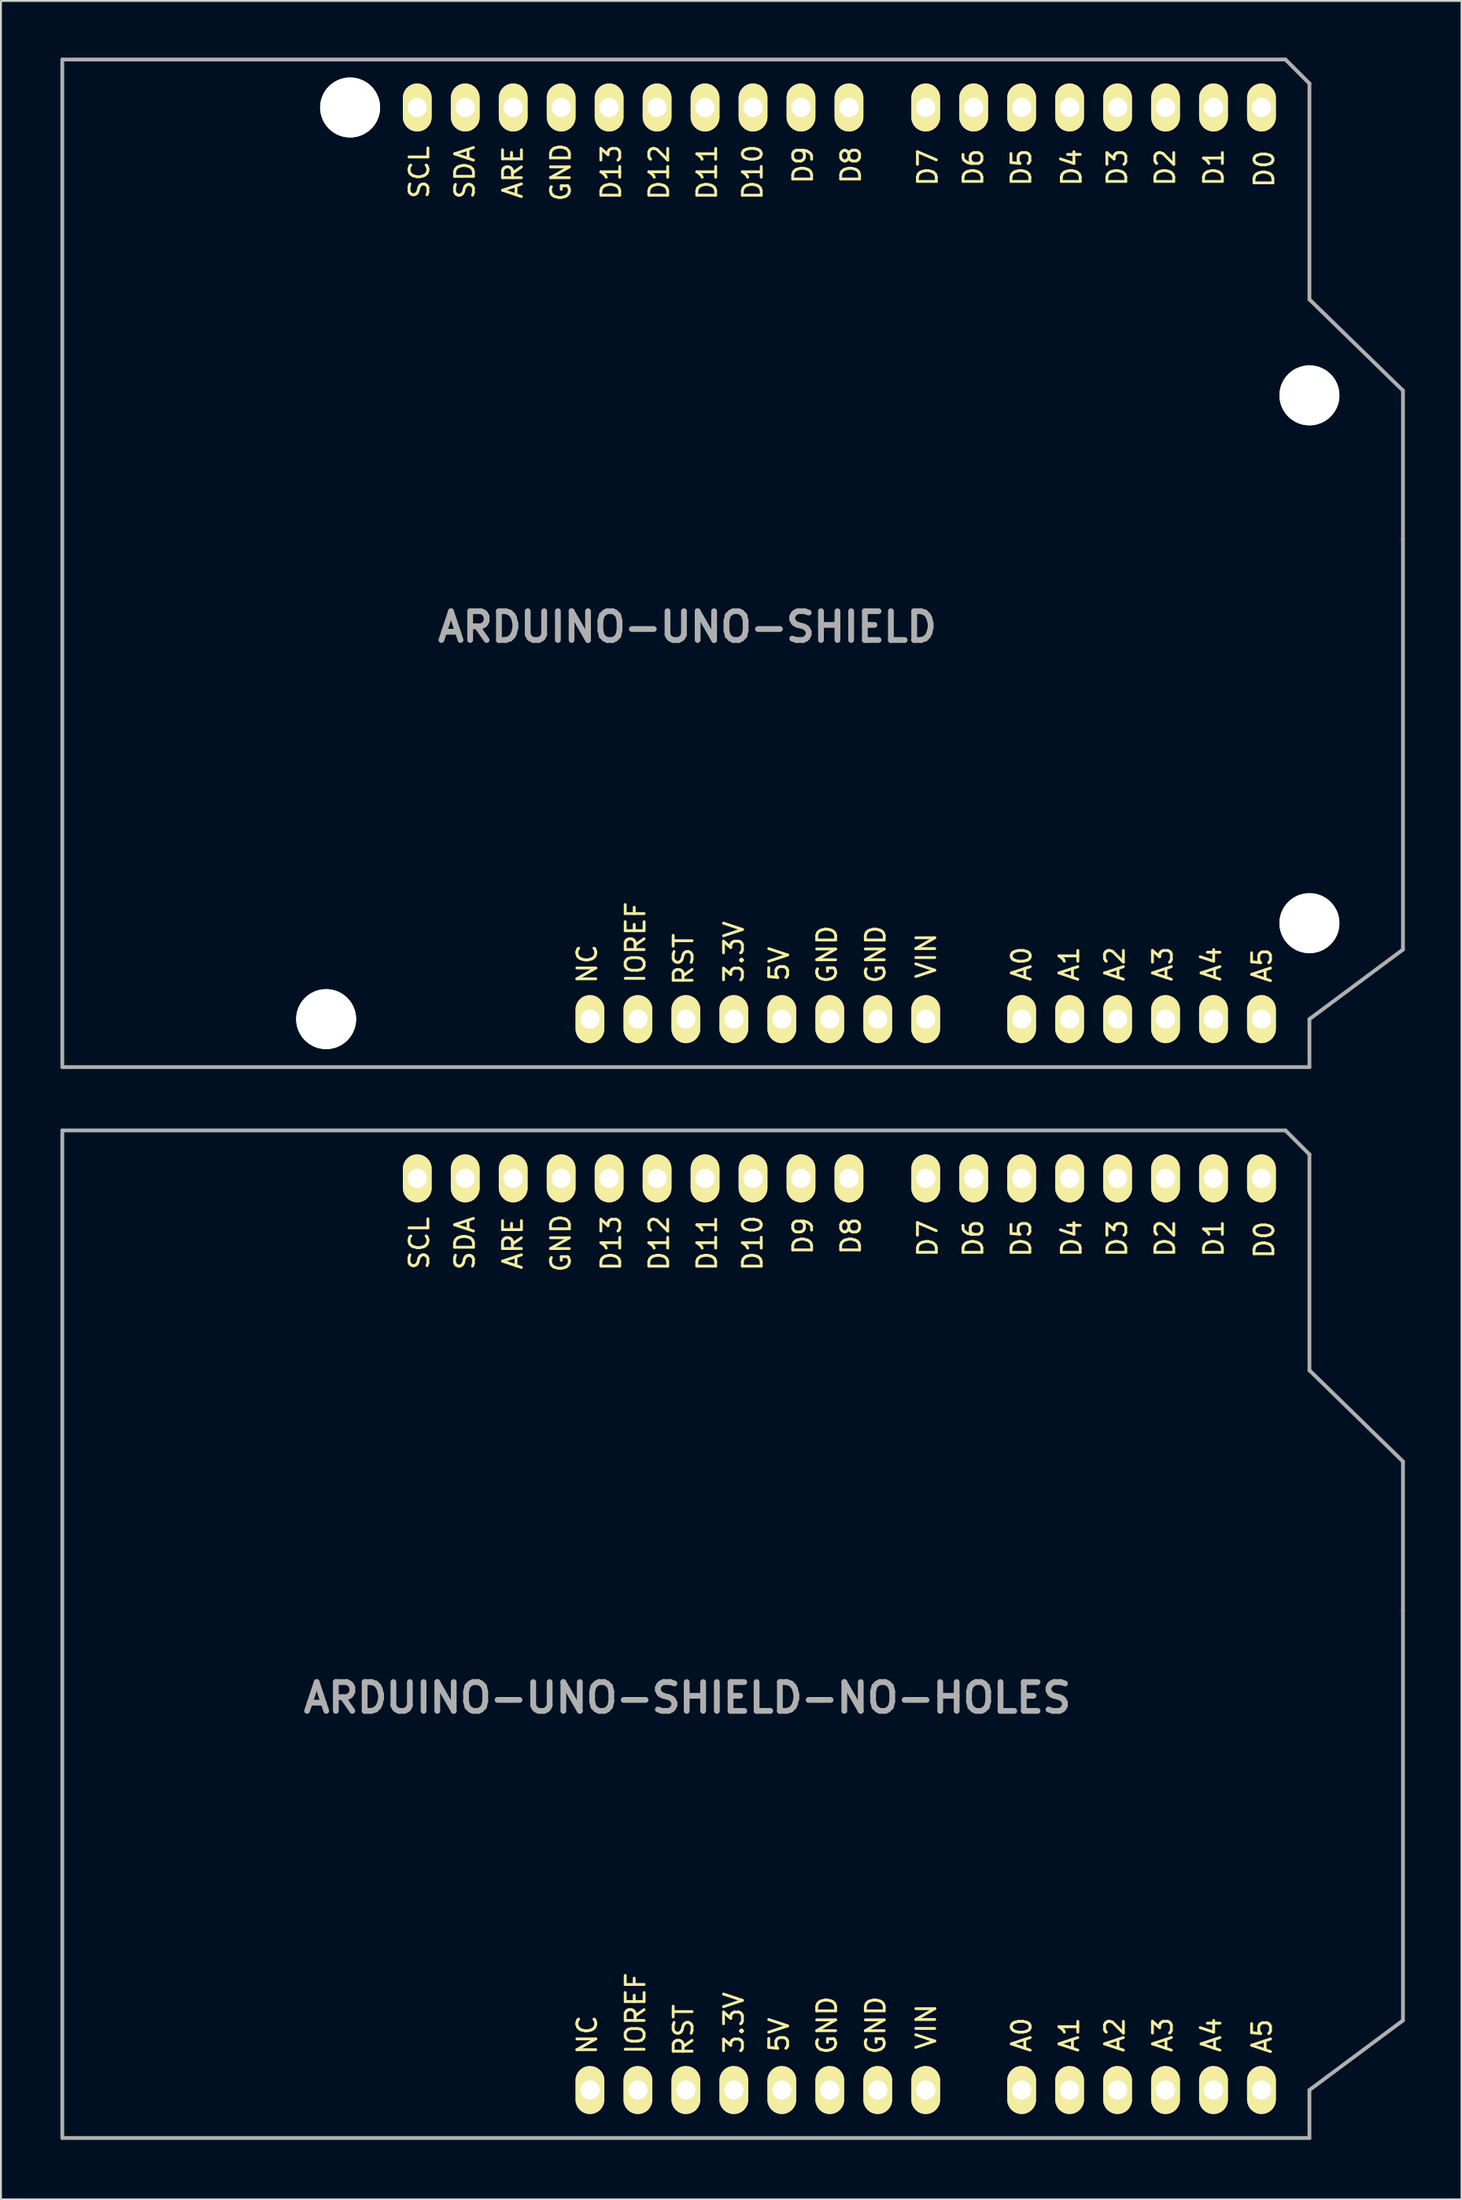
<source format=kicad_pcb>
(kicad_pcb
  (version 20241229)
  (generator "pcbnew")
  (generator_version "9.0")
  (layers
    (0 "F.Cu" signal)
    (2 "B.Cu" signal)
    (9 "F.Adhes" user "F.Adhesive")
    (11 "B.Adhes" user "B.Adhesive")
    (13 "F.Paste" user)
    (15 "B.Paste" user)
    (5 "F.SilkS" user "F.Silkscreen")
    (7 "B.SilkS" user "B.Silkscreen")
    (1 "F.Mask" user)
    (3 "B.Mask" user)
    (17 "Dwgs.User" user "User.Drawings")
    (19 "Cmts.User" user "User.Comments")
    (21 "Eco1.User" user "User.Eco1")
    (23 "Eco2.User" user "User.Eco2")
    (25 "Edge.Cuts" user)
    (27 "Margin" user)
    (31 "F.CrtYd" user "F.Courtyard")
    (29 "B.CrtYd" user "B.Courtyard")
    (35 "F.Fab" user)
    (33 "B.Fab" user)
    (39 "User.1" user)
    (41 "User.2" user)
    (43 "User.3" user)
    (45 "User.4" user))
  (footprint "ARDUINO-UNO-SHIELD-NO-HOLES"
    (layer "F.Cu")
    (at 0.25 110.13)
    (property "Reference" "ARDUINO-UNO-SHIELD-NO-HOLES" (at 33.1 -23.3 0) (layer "F.Fab") (effects (font (size 1.524 1.524) (thickness 0.305))))
    (attr smd)
    (fp_line (start 0 0) (end 0 -53.34) (stroke (width 0.2) (type solid)) (layer "F.Fab"))
    (fp_line (start 0 0) (end 66.04 0) (stroke (width 0.2) (type solid)) (layer "F.Fab"))
    (fp_line (start 64.77 -53.34) (end 0 -53.34) (stroke (width 0.2) (type solid)) (layer "F.Fab"))
    (fp_line (start 66.04 -52.07) (end 64.77 -53.34) (stroke (width 0.2) (type solid)) (layer "F.Fab"))
    (fp_line (start 66.04 -40.64) (end 66.04 -52.07) (stroke (width 0.2) (type solid)) (layer "F.Fab"))
    (fp_line (start 66.04 -40.64) (end 70.993 -35.814) (stroke (width 0.2) (type solid)) (layer "F.Fab"))
    (fp_line (start 66.04 -2.54) (end 66.04 0) (stroke (width 0.2) (type solid)) (layer "F.Fab"))
    (fp_line (start 66.04 -2.54) (end 70.993 -6.223) (stroke (width 0.2) (type solid)) (layer "F.Fab"))
    (fp_line (start 70.993 -35.814) (end 70.993 -27.94) (stroke (width 0.2) (type solid)) (layer "F.Fab"))
    (fp_line (start 70.993 -27.94) (end 70.993 -6.223) (stroke (width 0.2) (type solid)) (layer "F.Fab"))
    (fp_text user "D6" (at 48.24 -47.625 90) (layer "F.SilkS") (effects (font (size 1 1) (thickness 0.15))))
    (fp_text user "D3" (at 55.86 -47.625 90) (layer "F.SilkS") (effects (font (size 1 1) (thickness 0.15))))
    (fp_text user "D12" (at 31.603 -47.371 90) (layer "F.SilkS") (effects (font (size 1 1) (thickness 0.15))))
    (fp_text user "IOREF" (at 30.353 -6.604 90) (layer "F.SilkS") (effects (font (size 1 1) (thickness 0.15))))
    (fp_text user "D2" (at 58.4 -47.625 90) (layer "F.SilkS") (effects (font (size 1 1) (thickness 0.15))))
    (fp_text user "D9" (at 39.223 -47.752 90) (layer "F.SilkS") (effects (font (size 1 1) (thickness 0.15))))
    (fp_text user "A1" (at 53.32 -5.461 90) (layer "F.SilkS") (effects (font (size 1 1) (thickness 0.15))))
    (fp_text user "D13" (at 29.063 -47.371 90) (layer "F.SilkS") (effects (font (size 1 1) (thickness 0.15))))
    (fp_text user "SDA" (at 21.316 -47.371 90) (layer "F.SilkS") (effects (font (size 1 1) (thickness 0.15))))
    (fp_text user "A4" (at 60.848 -5.461 90) (layer "F.SilkS") (effects (font (size 1 1) (thickness 0.15))))
    (fp_text user "VIN" (at 45.743 -5.894 90) (layer "F.SilkS") (effects (font (size 1 1) (thickness 0.15))))
    (fp_text user "GND" (at 40.493 -5.969 90) (layer "F.SilkS") (effects (font (size 1 1) (thickness 0.15))))
    (fp_text user "D0" (at 63.65 -47.55 90) (layer "F.SilkS") (effects (font (size 1 1) (thickness 0.15))))
    (fp_text user "A0" (at 50.8 -5.461 90) (layer "F.SilkS") (effects (font (size 1 1) (thickness 0.15))))
    (fp_text user "D11" (at 34.143 -47.371 90) (layer "F.SilkS") (effects (font (size 1 1) (thickness 0.15))))
    (fp_text user "D8" (at 41.763 -47.752 90) (layer "F.SilkS") (effects (font (size 1 1) (thickness 0.15))))
    (fp_text user "ARE" (at 23.856 -47.371 90) (layer "F.SilkS") (effects (font (size 1 1) (thickness 0.15))))
    (fp_text user "D1" (at 60.975 -47.625 90) (layer "F.SilkS") (effects (font (size 1 1) (thickness 0.15))))
    (fp_text user "D7" (at 45.827 -47.625 90) (layer "F.SilkS") (effects (font (size 1 1) (thickness 0.15))))
    (fp_text user "D4" (at 53.447 -47.625 90) (layer "F.SilkS") (effects (font (size 1 1) (thickness 0.15))))
    (fp_text user "NC" (at 27.793 -5.461 90) (layer "F.SilkS") (effects (font (size 1 1) (thickness 0.15))))
    (fp_text user "5V" (at 37.953 -5.461 90) (layer "F.SilkS") (effects (font (size 1 1) (thickness 0.15))))
    (fp_text user "A3" (at 58.273 -5.461 90) (layer "F.SilkS") (effects (font (size 1 1) (thickness 0.15))))
    (fp_text user "GND" (at 43.068 -5.969 90) (layer "F.SilkS") (effects (font (size 1 1) (thickness 0.15))))
    (fp_text user "3.3V" (at 35.56 -6.096 90) (layer "F.SilkS") (effects (font (size 1 1) (thickness 0.15))))
    (fp_text user "D10" (at 36.556 -47.371 90) (layer "F.SilkS") (effects (font (size 1 1) (thickness 0.15))))
    (fp_text user "SCL" (at 18.903 -47.371 90) (layer "F.SilkS") (effects (font (size 1 1) (thickness 0.15))))
    (fp_text user "A2" (at 55.733 -5.461 90) (layer "F.SilkS") (effects (font (size 1 1) (thickness 0.15))))
    (fp_text user "D5" (at 50.78 -47.625 90) (layer "F.SilkS") (effects (font (size 1 1) (thickness 0.15))))
    (fp_text user "A5" (at 63.523 -5.386 90) (layer "F.SilkS") (effects (font (size 1 1) (thickness 0.15))))
    (fp_text user "RST" (at 32.893 -5.715 90) (layer "F.SilkS") (effects (font (size 1 1) (thickness 0.15))))
    (fp_text user "GND" (at 26.396 -47.371 90) (layer "F.SilkS") (effects (font (size 1 1) (thickness 0.15))))
    (pad "3V3" thru_hole oval (at 35.56 -2.54 90) (size 2.54 1.524) (drill 1.016) (layers "*.Cu" "*.Mask" "F.SilkS"))
    (pad "5V" thru_hole oval (at 38.1 -2.54 90) (size 2.54 1.524) (drill 1.016) (layers "*.Cu" "*.Mask" "F.SilkS"))
    (pad "A0" thru_hole oval (at 50.8 -2.54 90) (size 2.54 1.524) (drill 1.016) (layers "*.Cu" "*.Mask" "F.SilkS"))
    (pad "A1" thru_hole oval (at 53.34 -2.54 90) (size 2.54 1.524) (drill 1.016) (layers "*.Cu" "*.Mask" "F.SilkS"))
    (pad "A2" thru_hole oval (at 55.88 -2.54 90) (size 2.54 1.524) (drill 1.016) (layers "*.Cu" "*.Mask" "F.SilkS"))
    (pad "A3" thru_hole oval (at 58.42 -2.54 90) (size 2.54 1.524) (drill 1.016) (layers "*.Cu" "*.Mask" "F.SilkS"))
    (pad "A4" thru_hole oval (at 60.96 -2.54 90) (size 2.54 1.524) (drill 1.016) (layers "*.Cu" "*.Mask" "F.SilkS"))
    (pad "A5" thru_hole oval (at 63.5 -2.54 90) (size 2.54 1.524) (drill 1.016) (layers "*.Cu" "*.Mask" "F.SilkS"))
    (pad "AREF" thru_hole oval (at 23.876 -50.8 90) (size 2.54 1.524) (drill 1.016) (layers "*.Cu" "*.Mask" "F.SilkS"))
    (pad "D0" thru_hole oval (at 63.5 -50.8 90) (size 2.54 1.524) (drill 1.016) (layers "*.Cu" "*.Mask" "F.SilkS"))
    (pad "D1" thru_hole oval (at 60.96 -50.8 90) (size 2.54 1.524) (drill 1.016) (layers "*.Cu" "*.Mask" "F.SilkS"))
    (pad "D2" thru_hole oval (at 58.42 -50.8 90) (size 2.54 1.524) (drill 1.016) (layers "*.Cu" "*.Mask" "F.SilkS"))
    (pad "D3" thru_hole oval (at 55.88 -50.8 90) (size 2.54 1.524) (drill 1.016) (layers "*.Cu" "*.Mask" "F.SilkS"))
    (pad "D4" thru_hole oval (at 53.34 -50.8 90) (size 2.54 1.524) (drill 1.016) (layers "*.Cu" "*.Mask" "F.SilkS"))
    (pad "D5" thru_hole oval (at 50.8 -50.8 90) (size 2.54 1.524) (drill 1.016) (layers "*.Cu" "*.Mask" "F.SilkS"))
    (pad "D6" thru_hole oval (at 48.26 -50.8 90) (size 2.54 1.524) (drill 1.016) (layers "*.Cu" "*.Mask" "F.SilkS"))
    (pad "D7" thru_hole oval (at 45.72 -50.8 90) (size 2.54 1.524) (drill 1.016) (layers "*.Cu" "*.Mask" "F.SilkS"))
    (pad "D8" thru_hole oval (at 41.656 -50.8 90) (size 2.54 1.524) (drill 1.016) (layers "*.Cu" "*.Mask" "F.SilkS"))
    (pad "D9" thru_hole oval (at 39.116 -50.8 90) (size 2.54 1.524) (drill 1.016) (layers "*.Cu" "*.Mask" "F.SilkS"))
    (pad "D10" thru_hole oval (at 36.576 -50.8 90) (size 2.54 1.524) (drill 1.016) (layers "*.Cu" "*.Mask" "F.SilkS"))
    (pad "D11" thru_hole oval (at 34.036 -50.8 90) (size 2.54 1.524) (drill 1.016) (layers "*.Cu" "*.Mask" "F.SilkS"))
    (pad "D12" thru_hole oval (at 31.496 -50.8 90) (size 2.54 1.524) (drill 1.016) (layers "*.Cu" "*.Mask" "F.SilkS"))
    (pad "D13" thru_hole oval (at 28.956 -50.8 90) (size 2.54 1.524) (drill 1.016) (layers "*.Cu" "*.Mask" "F.SilkS"))
    (pad "GND1" thru_hole oval (at 40.64 -2.54 90) (size 2.54 1.524) (drill 1.016) (layers "*.Cu" "*.Mask" "F.SilkS"))
    (pad "GND2" thru_hole oval (at 43.18 -2.54 90) (size 2.54 1.524) (drill 1.016) (layers "*.Cu" "*.Mask" "F.SilkS"))
    (pad "GND3" thru_hole oval (at 26.416 -50.8 90) (size 2.54 1.524) (drill 1.016) (layers "*.Cu" "*.Mask" "F.SilkS"))
    (pad "IO" thru_hole oval (at 30.48 -2.54 90) (size 2.54 1.524) (drill 1.016) (layers "*.Cu" "*.Mask" "F.SilkS"))
    (pad "NC" thru_hole oval (at 27.94 -2.54 90) (size 2.54 1.524) (drill 1.016) (layers "*.Cu" "*.Mask" "F.SilkS"))
    (pad "RST" thru_hole oval (at 33.02 -2.54 90) (size 2.54 1.524) (drill 1.016) (layers "*.Cu" "*.Mask" "F.SilkS"))
    (pad "SCL" thru_hole oval (at 18.796 -50.8 90) (size 2.54 1.524) (drill 1.016) (layers "*.Cu" "*.Mask" "F.SilkS"))
    (pad "SDA" thru_hole oval (at 21.336 -50.8 90) (size 2.54 1.524) (drill 1.016) (layers "*.Cu" "*.Mask" "F.SilkS"))
    (pad "VIN" thru_hole oval (at 45.72 -2.54 90) (size 2.54 1.524) (drill 1.016) (layers "*.Cu" "*.Mask" "F.SilkS")))
  (footprint "ARDUINO-UNO-SHIELD"
    (layer "F.Cu")
    (at 0.25 53.44)
    (property "Reference" "ARDUINO-UNO-SHIELD" (at 33.1 -23.3 0) (layer "F.Fab") (effects (font (size 1.524 1.524) (thickness 0.305))))
    (attr smd)
    (fp_line (start 0 0) (end 0 -53.34) (stroke (width 0.2) (type solid)) (layer "F.Fab"))
    (fp_line (start 0 0) (end 66.04 0) (stroke (width 0.2) (type solid)) (layer "F.Fab"))
    (fp_line (start 64.77 -53.34) (end 0 -53.34) (stroke (width 0.2) (type solid)) (layer "F.Fab"))
    (fp_line (start 66.04 -52.07) (end 64.77 -53.34) (stroke (width 0.2) (type solid)) (layer "F.Fab"))
    (fp_line (start 66.04 -40.64) (end 66.04 -52.07) (stroke (width 0.2) (type solid)) (layer "F.Fab"))
    (fp_line (start 66.04 -40.64) (end 70.993 -35.814) (stroke (width 0.2) (type solid)) (layer "F.Fab"))
    (fp_line (start 66.04 -2.54) (end 66.04 0) (stroke (width 0.2) (type solid)) (layer "F.Fab"))
    (fp_line (start 66.04 -2.54) (end 70.993 -6.223) (stroke (width 0.2) (type solid)) (layer "F.Fab"))
    (fp_line (start 70.993 -35.814) (end 70.993 -27.94) (stroke (width 0.2) (type solid)) (layer "F.Fab"))
    (fp_line (start 70.993 -27.94) (end 70.993 -6.223) (stroke (width 0.2) (type solid)) (layer "F.Fab"))
    (fp_text user "3.3V" (at 35.56 -6.096 90) (layer "F.SilkS") (effects (font (size 1 1) (thickness 0.15))))
    (fp_text user "A3" (at 58.273 -5.461 90) (layer "F.SilkS") (effects (font (size 1 1) (thickness 0.15))))
    (fp_text user "A2" (at 55.733 -5.461 90) (layer "F.SilkS") (effects (font (size 1 1) (thickness 0.15))))
    (fp_text user "D8" (at 41.763 -47.752 90) (layer "F.SilkS") (effects (font (size 1 1) (thickness 0.15))))
    (fp_text user "D9" (at 39.223 -47.752 90) (layer "F.SilkS") (effects (font (size 1 1) (thickness 0.15))))
    (fp_text user "A4" (at 60.848 -5.461 90) (layer "F.SilkS") (effects (font (size 1 1) (thickness 0.15))))
    (fp_text user "D13" (at 29.063 -47.371 90) (layer "F.SilkS") (effects (font (size 1 1) (thickness 0.15))))
    (fp_text user "D11" (at 34.143 -47.371 90) (layer "F.SilkS") (effects (font (size 1 1) (thickness 0.15))))
    (fp_text user "D12" (at 31.603 -47.371 90) (layer "F.SilkS") (effects (font (size 1 1) (thickness 0.15))))
    (fp_text user "D1" (at 60.975 -47.625 90) (layer "F.SilkS") (effects (font (size 1 1) (thickness 0.15))))
    (fp_text user "D7" (at 45.827 -47.625 90) (layer "F.SilkS") (effects (font (size 1 1) (thickness 0.15))))
    (fp_text user "SCL" (at 18.903 -47.371 90) (layer "F.SilkS") (effects (font (size 1 1) (thickness 0.15))))
    (fp_text user "A5" (at 63.523 -5.386 90) (layer "F.SilkS") (effects (font (size 1 1) (thickness 0.15))))
    (fp_text user "GND" (at 43.068 -5.969 90) (layer "F.SilkS") (effects (font (size 1 1) (thickness 0.15))))
    (fp_text user "D6" (at 48.24 -47.625 90) (layer "F.SilkS") (effects (font (size 1 1) (thickness 0.15))))
    (fp_text user "ARE" (at 23.856 -47.371 90) (layer "F.SilkS") (effects (font (size 1 1) (thickness 0.15))))
    (fp_text user "RST" (at 32.893 -5.715 90) (layer "F.SilkS") (effects (font (size 1 1) (thickness 0.15))))
    (fp_text user "D2" (at 58.4 -47.625 90) (layer "F.SilkS") (effects (font (size 1 1) (thickness 0.15))))
    (fp_text user "IOREF" (at 30.353 -6.604 90) (layer "F.SilkS") (effects (font (size 1 1) (thickness 0.15))))
    (fp_text user "D5" (at 50.78 -47.625 90) (layer "F.SilkS") (effects (font (size 1 1) (thickness 0.15))))
    (fp_text user "D4" (at 53.447 -47.625 90) (layer "F.SilkS") (effects (font (size 1 1) (thickness 0.15))))
    (fp_text user "GND" (at 26.396 -47.371 90) (layer "F.SilkS") (effects (font (size 1 1) (thickness 0.15))))
    (fp_text user "A0" (at 50.8 -5.461 90) (layer "F.SilkS") (effects (font (size 1 1) (thickness 0.15))))
    (fp_text user "SDA" (at 21.316 -47.371 90) (layer "F.SilkS") (effects (font (size 1 1) (thickness 0.15))))
    (fp_text user "GND" (at 40.493 -5.969 90) (layer "F.SilkS") (effects (font (size 1 1) (thickness 0.15))))
    (fp_text user "VIN" (at 45.743 -5.894 90) (layer "F.SilkS") (effects (font (size 1 1) (thickness 0.15))))
    (fp_text user "5V" (at 37.953 -5.461 90) (layer "F.SilkS") (effects (font (size 1 1) (thickness 0.15))))
    (fp_text user "D0" (at 63.65 -47.55 90) (layer "F.SilkS") (effects (font (size 1 1) (thickness 0.15))))
    (fp_text user "D10" (at 36.556 -47.371 90) (layer "F.SilkS") (effects (font (size 1 1) (thickness 0.15))))
    (fp_text user "NC" (at 27.793 -5.461 90) (layer "F.SilkS") (effects (font (size 1 1) (thickness 0.15))))
    (fp_text user "A1" (at 53.32 -5.461 90) (layer "F.SilkS") (effects (font (size 1 1) (thickness 0.15))))
    (fp_text user "D3" (at 55.86 -47.625 90) (layer "F.SilkS") (effects (font (size 1 1) (thickness 0.15))))
    (pad "" np_thru_hole circle (at 13.97 -2.54 90) (size 3.175 3.175) (drill 3.175) (layers "*.Cu" "*.Mask" "F.SilkS"))
    (pad "" np_thru_hole circle (at 15.24 -50.8 90) (size 3.175 3.175) (drill 3.175) (layers "*.Cu" "*.Mask" "F.SilkS"))
    (pad "" np_thru_hole circle (at 66.04 -35.56 90) (size 3.175 3.175) (drill 3.175) (layers "*.Cu" "*.Mask" "F.SilkS"))
    (pad "" np_thru_hole circle (at 66.04 -7.62 90) (size 3.175 3.175) (drill 3.175) (layers "*.Cu" "*.Mask" "F.SilkS"))
    (pad "3V3" thru_hole oval (at 35.56 -2.54 90) (size 2.54 1.524) (drill 1.016) (layers "*.Cu" "*.Mask" "F.SilkS"))
    (pad "5V" thru_hole oval (at 38.1 -2.54 90) (size 2.54 1.524) (drill 1.016) (layers "*.Cu" "*.Mask" "F.SilkS"))
    (pad "A0" thru_hole oval (at 50.8 -2.54 90) (size 2.54 1.524) (drill 1.016) (layers "*.Cu" "*.Mask" "F.SilkS"))
    (pad "A1" thru_hole oval (at 53.34 -2.54 90) (size 2.54 1.524) (drill 1.016) (layers "*.Cu" "*.Mask" "F.SilkS"))
    (pad "A2" thru_hole oval (at 55.88 -2.54 90) (size 2.54 1.524) (drill 1.016) (layers "*.Cu" "*.Mask" "F.SilkS"))
    (pad "A3" thru_hole oval (at 58.42 -2.54 90) (size 2.54 1.524) (drill 1.016) (layers "*.Cu" "*.Mask" "F.SilkS"))
    (pad "A4" thru_hole oval (at 60.96 -2.54 90) (size 2.54 1.524) (drill 1.016) (layers "*.Cu" "*.Mask" "F.SilkS"))
    (pad "A5" thru_hole oval (at 63.5 -2.54 90) (size 2.54 1.524) (drill 1.016) (layers "*.Cu" "*.Mask" "F.SilkS"))
    (pad "AREF" thru_hole oval (at 23.876 -50.8 90) (size 2.54 1.524) (drill 1.016) (layers "*.Cu" "*.Mask" "F.SilkS"))
    (pad "D0" thru_hole oval (at 63.5 -50.8 90) (size 2.54 1.524) (drill 1.016) (layers "*.Cu" "*.Mask" "F.SilkS"))
    (pad "D1" thru_hole oval (at 60.96 -50.8 90) (size 2.54 1.524) (drill 1.016) (layers "*.Cu" "*.Mask" "F.SilkS"))
    (pad "D2" thru_hole oval (at 58.42 -50.8 90) (size 2.54 1.524) (drill 1.016) (layers "*.Cu" "*.Mask" "F.SilkS"))
    (pad "D3" thru_hole oval (at 55.88 -50.8 90) (size 2.54 1.524) (drill 1.016) (layers "*.Cu" "*.Mask" "F.SilkS"))
    (pad "D4" thru_hole oval (at 53.34 -50.8 90) (size 2.54 1.524) (drill 1.016) (layers "*.Cu" "*.Mask" "F.SilkS"))
    (pad "D5" thru_hole oval (at 50.8 -50.8 90) (size 2.54 1.524) (drill 1.016) (layers "*.Cu" "*.Mask" "F.SilkS"))
    (pad "D6" thru_hole oval (at 48.26 -50.8 90) (size 2.54 1.524) (drill 1.016) (layers "*.Cu" "*.Mask" "F.SilkS"))
    (pad "D7" thru_hole oval (at 45.72 -50.8 90) (size 2.54 1.524) (drill 1.016) (layers "*.Cu" "*.Mask" "F.SilkS"))
    (pad "D8" thru_hole oval (at 41.656 -50.8 90) (size 2.54 1.524) (drill 1.016) (layers "*.Cu" "*.Mask" "F.SilkS"))
    (pad "D9" thru_hole oval (at 39.116 -50.8 90) (size 2.54 1.524) (drill 1.016) (layers "*.Cu" "*.Mask" "F.SilkS"))
    (pad "D10" thru_hole oval (at 36.576 -50.8 90) (size 2.54 1.524) (drill 1.016) (layers "*.Cu" "*.Mask" "F.SilkS"))
    (pad "D11" thru_hole oval (at 34.036 -50.8 90) (size 2.54 1.524) (drill 1.016) (layers "*.Cu" "*.Mask" "F.SilkS"))
    (pad "D12" thru_hole oval (at 31.496 -50.8 90) (size 2.54 1.524) (drill 1.016) (layers "*.Cu" "*.Mask" "F.SilkS"))
    (pad "D13" thru_hole oval (at 28.956 -50.8 90) (size 2.54 1.524) (drill 1.016) (layers "*.Cu" "*.Mask" "F.SilkS"))
    (pad "GND1" thru_hole oval (at 40.64 -2.54 90) (size 2.54 1.524) (drill 1.016) (layers "*.Cu" "*.Mask" "F.SilkS"))
    (pad "GND2" thru_hole oval (at 43.18 -2.54 90) (size 2.54 1.524) (drill 1.016) (layers "*.Cu" "*.Mask" "F.SilkS"))
    (pad "GND3" thru_hole oval (at 26.416 -50.8 90) (size 2.54 1.524) (drill 1.016) (layers "*.Cu" "*.Mask" "F.SilkS"))
    (pad "IO" thru_hole oval (at 30.48 -2.54 90) (size 2.54 1.524) (drill 1.016) (layers "*.Cu" "*.Mask" "F.SilkS"))
    (pad "NC" thru_hole oval (at 27.94 -2.54 90) (size 2.54 1.524) (drill 1.016) (layers "*.Cu" "*.Mask" "F.SilkS"))
    (pad "RST" thru_hole oval (at 33.02 -2.54 90) (size 2.54 1.524) (drill 1.016) (layers "*.Cu" "*.Mask" "F.SilkS"))
    (pad "SCL" thru_hole oval (at 18.796 -50.8 90) (size 2.54 1.524) (drill 1.016) (layers "*.Cu" "*.Mask" "F.SilkS"))
    (pad "SDA" thru_hole oval (at 21.336 -50.8 90) (size 2.54 1.524) (drill 1.016) (layers "*.Cu" "*.Mask" "F.SilkS"))
    (pad "VIN" thru_hole oval (at 45.72 -2.54 90) (size 2.54 1.524) (drill 1.016) (layers "*.Cu" "*.Mask" "F.SilkS")))
  (gr_rect
    (start -3 -3)
    (end 74.343 113.38)
    (stroke (width 0.1) (type default))
    (fill no)
    (layer "Edge.Cuts")))
</source>
